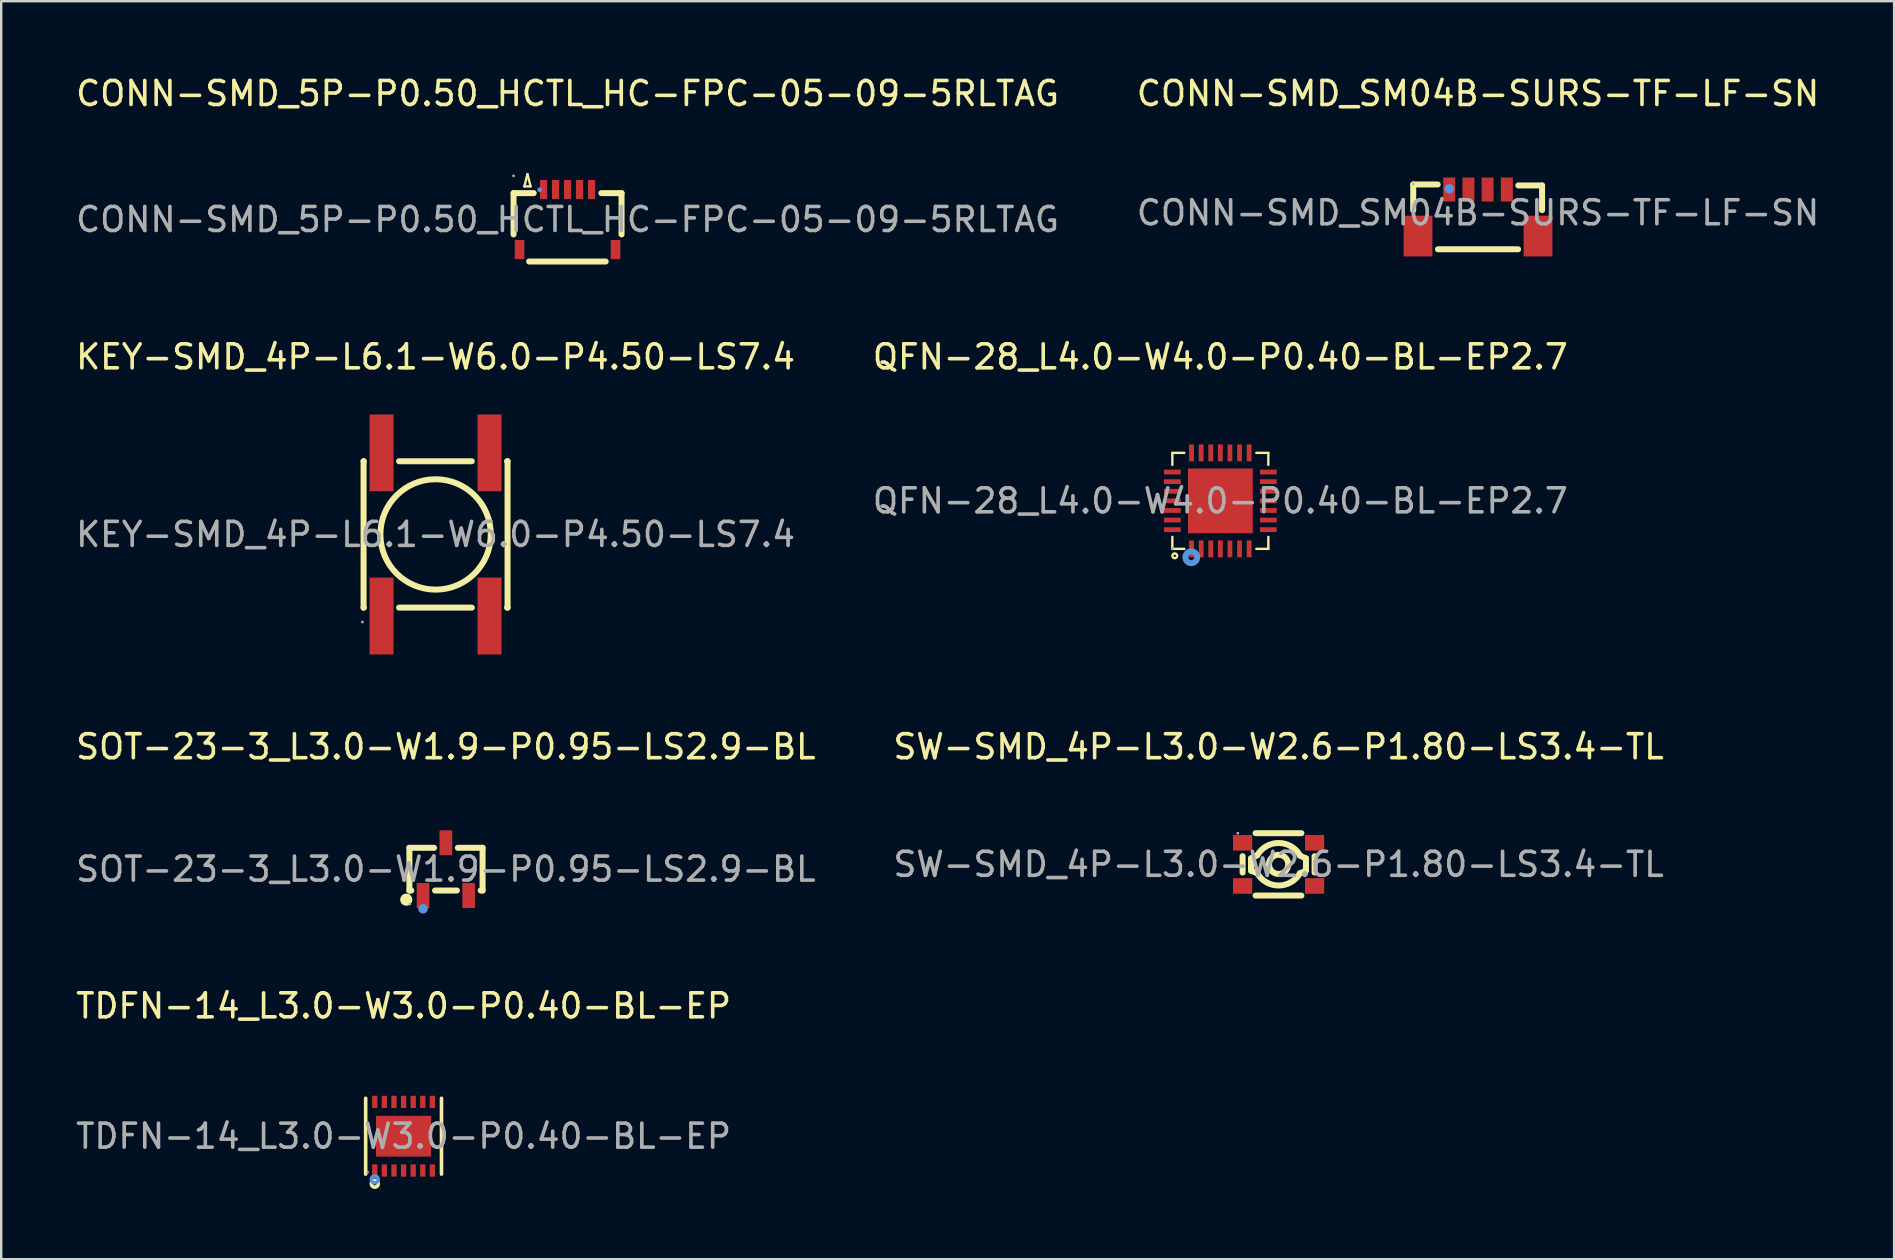
<source format=kicad_pcb>
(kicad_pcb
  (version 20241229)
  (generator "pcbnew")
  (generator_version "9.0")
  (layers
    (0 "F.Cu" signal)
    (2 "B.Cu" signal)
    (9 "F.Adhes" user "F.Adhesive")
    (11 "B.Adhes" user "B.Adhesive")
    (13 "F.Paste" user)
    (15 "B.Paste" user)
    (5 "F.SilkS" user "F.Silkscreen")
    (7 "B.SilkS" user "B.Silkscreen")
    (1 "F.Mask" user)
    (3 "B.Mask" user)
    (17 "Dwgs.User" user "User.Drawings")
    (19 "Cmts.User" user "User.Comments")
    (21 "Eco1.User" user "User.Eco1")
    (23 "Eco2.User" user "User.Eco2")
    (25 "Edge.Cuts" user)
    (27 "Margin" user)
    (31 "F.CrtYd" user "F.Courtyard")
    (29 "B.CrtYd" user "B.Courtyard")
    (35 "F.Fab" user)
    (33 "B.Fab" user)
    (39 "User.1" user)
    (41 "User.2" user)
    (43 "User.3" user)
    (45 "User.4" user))
  (footprint "SW-SMD_4P-L3.0-W2.6-P1.80-LS3.4-TL"
    (layer "F.Cu")
    (at 50.232 32.97)
    (property "Reference" "SW-SMD_4P-L3.0-W2.6-P1.80-LS3.4-TL" (at 0 -4.9 0) (layer "F.SilkS") (effects (font (size 1 1) (thickness 0.15))))
    (attr smd)
    (fp_line (start -1.5 -0.34) (end -1.5 0.34) (stroke (width 0.25) (type solid)) (layer "F.SilkS"))
    (fp_line (start -1.15 -0.25) (end -1.15 0.26) (stroke (width 0.25) (type solid)) (layer "F.SilkS"))
    (fp_line (start -1.15 0.26) (end -0.89 0.37) (stroke (width 0.25) (type solid)) (layer "F.SilkS"))
    (fp_line (start -0.89 -0.38) (end -1.15 -0.25) (stroke (width 0.25) (type solid)) (layer "F.SilkS"))
    (fp_line (start 0.89 0.38) (end 1.14 0.26) (stroke (width 0.25) (type solid)) (layer "F.SilkS"))
    (fp_line (start 0.95 -1.3) (end -0.96 -1.3) (stroke (width 0.25) (type solid)) (layer "F.SilkS"))
    (fp_line (start 0.95 1.3) (end -0.96 1.3) (stroke (width 0.25) (type solid)) (layer "F.SilkS"))
    (fp_line (start 1.14 -0.25) (end 0.89 -0.36) (stroke (width 0.25) (type solid)) (layer "F.SilkS"))
    (fp_line (start 1.14 0.26) (end 1.14 -0.25) (stroke (width 0.25) (type solid)) (layer "F.SilkS"))
    (fp_line (start 1.5 0.34) (end 1.5 -0.34) (stroke (width 0.25) (type solid)) (layer "F.SilkS"))
    (fp_arc (start -0.891384 -0.377623) (mid -0.001375 -0.890775) (end 0.89 -0.38) (stroke (width 0.25) (type solid)) (layer "F.SilkS"))
    (fp_arc (start 0.891384 0.367623) (mid 0.001375 0.880775) (end -0.89 0.37) (stroke (width 0.25) (type solid)) (layer "F.SilkS"))
    (fp_circle (center 0 0) (end 0.4 0) (stroke (width 0.25) (type solid)) (fill no) (layer "F.SilkS"))
    (fp_circle (center -1.7 -1.3) (end -1.67 -1.3) (stroke (width 0.06) (type solid)) (fill no) (layer "F.Fab"))
    (fp_text user "${REFERENCE}" (at 0 0 0) (layer "F.Fab") (effects (font (size 1 1) (thickness 0.15))))
    (pad "1" smd rect (at -1.5 -0.9) (size 0.8 0.65) (layers "F.Cu" "F.Mask" "F.Paste"))
    (pad "2" smd rect (at 1.5 -0.9) (size 0.8 0.65) (layers "F.Cu" "F.Mask" "F.Paste"))
    (pad "3" smd rect (at 1.5 0.9) (size 0.8 0.65) (layers "F.Cu" "F.Mask" "F.Paste"))
    (pad "4" smd rect (at -1.5 0.9) (size 0.8 0.65) (layers "F.Cu" "F.Mask" "F.Paste")))
  (footprint "KEY-SMD_4P-L6.1-W6.0-P4.50-LS7.4"
    (layer "F.Cu")
    (at 15.101 19.221)
    (property "Reference" "KEY-SMD_4P-L6.1-W6.0-P4.50-LS7.4" (at 0 -7.4 0) (layer "F.SilkS") (effects (font (size 1 1) (thickness 0.15))))
    (attr smd)
    (fp_line (start -3 -3.05) (end -2.99 -3.05) (stroke (width 0.25) (type solid)) (layer "F.SilkS"))
    (fp_line (start -3 3.05) (end -3 -3.05) (stroke (width 0.25) (type solid)) (layer "F.SilkS"))
    (fp_line (start -3 3.05) (end -2.99 3.05) (stroke (width 0.25) (type solid)) (layer "F.SilkS"))
    (fp_line (start -1.52 -3.05) (end 1.51 -3.05) (stroke (width 0.25) (type solid)) (layer "F.SilkS"))
    (fp_line (start -1.52 3.05) (end 1.51 3.05) (stroke (width 0.25) (type solid)) (layer "F.SilkS"))
    (fp_line (start 2.98 -3.05) (end 3 -3.05) (stroke (width 0.25) (type solid)) (layer "F.SilkS"))
    (fp_line (start 2.98 3.05) (end 3 3.05) (stroke (width 0.25) (type solid)) (layer "F.SilkS"))
    (fp_line (start 3 3.05) (end 3 -3.05) (stroke (width 0.25) (type solid)) (layer "F.SilkS"))
    (fp_circle (center 0 0) (end 2.3 0) (stroke (width 0.25) (type solid)) (fill no) (layer "F.SilkS"))
    (fp_circle (center -3.05 3.65) (end -3.02 3.65) (stroke (width 0.06) (type solid)) (fill no) (layer "F.Fab"))
    (fp_text user "${REFERENCE}" (at 0 0 0) (layer "F.Fab") (effects (font (size 1 1) (thickness 0.15))))
    (pad "A" smd rect (at -2.25 3.4 180) (size 1 3.2) (layers "F.Cu" "F.Mask" "F.Paste"))
    (pad "A'" smd rect (at -2.25 -3.4 180) (size 1 3.2) (layers "F.Cu" "F.Mask" "F.Paste"))
    (pad "B" smd rect (at 2.25 3.4 180) (size 1 3.2) (layers "F.Cu" "F.Mask" "F.Paste"))
    (pad "B'" smd rect (at 2.25 -3.4 180) (size 1 3.2) (layers "F.Cu" "F.Mask" "F.Paste")))
  (footprint "QFN-28_L4.0-W4.0-P0.40-BL-EP2.7"
    (layer "F.Cu")
    (at 47.804 17.822)
    (property "Reference" "QFN-28_L4.0-W4.0-P0.40-BL-EP2.7" (at 0 -6 0) (layer "F.SilkS") (effects (font (size 1 1) (thickness 0.15))))
    (attr through_hole)
    (fp_line (start -2 -2) (end -1.5 -2) (stroke (width 0.1) (type solid)) (layer "F.SilkS"))
    (fp_line (start -2 -1.5) (end -2 -2) (stroke (width 0.1) (type solid)) (layer "F.SilkS"))
    (fp_line (start -2 2) (end -2 1.5) (stroke (width 0.1) (type solid)) (layer "F.SilkS"))
    (fp_line (start -1.5 2) (end -2 2) (stroke (width 0.1) (type solid)) (layer "F.SilkS"))
    (fp_line (start 1.5 -2) (end 2 -2) (stroke (width 0.1) (type solid)) (layer "F.SilkS"))
    (fp_line (start 2 -2) (end 2 -1.5) (stroke (width 0.1) (type solid)) (layer "F.SilkS"))
    (fp_line (start 2 1.5) (end 2 2) (stroke (width 0.1) (type solid)) (layer "F.SilkS"))
    (fp_line (start 2 2) (end 1.5 2) (stroke (width 0.1) (type solid)) (layer "F.SilkS"))
    (fp_circle (center -1.9 2.29) (end -1.8 2.29) (stroke (width 0.1) (type solid)) (fill no) (layer "F.SilkS"))
    (fp_circle (center -1.21 2.35) (end -1.09 2.35) (stroke (width 0.25) (type solid)) (fill no) (layer "Cmts.User"))
    (fp_circle (center -2 2) (end -1.97 2) (stroke (width 0.06) (type solid)) (fill no) (layer "F.Fab"))
    (fp_text user "${REFERENCE}" (at 0 0 0) (layer "F.Fab") (effects (font (size 1 1) (thickness 0.15))))
    (pad "1" smd rect (at -1.2 2) (size 0.2 0.7) (layers "F.Cu" "F.Mask" "F.Paste"))
    (pad "2" smd rect (at -0.8 2) (size 0.2 0.7) (layers "F.Cu" "F.Mask" "F.Paste"))
    (pad "3" smd rect (at -0.4 2) (size 0.2 0.7) (layers "F.Cu" "F.Mask" "F.Paste"))
    (pad "4" smd rect (at 0 2) (size 0.2 0.7) (layers "F.Cu" "F.Mask" "F.Paste"))
    (pad "5" smd rect (at 0.4 2) (size 0.2 0.7) (layers "F.Cu" "F.Mask" "F.Paste"))
    (pad "6" smd rect (at 0.8 2) (size 0.2 0.7) (layers "F.Cu" "F.Mask" "F.Paste"))
    (pad "7" smd rect (at 1.2 2) (size 0.2 0.7) (layers "F.Cu" "F.Mask" "F.Paste"))
    (pad "8" smd rect (at 2 1.2) (size 0.7 0.2) (layers "F.Cu" "F.Mask" "F.Paste"))
    (pad "9" smd rect (at 2 0.8) (size 0.7 0.2) (layers "F.Cu" "F.Mask" "F.Paste"))
    (pad "10" smd rect (at 2 0.4) (size 0.7 0.2) (layers "F.Cu" "F.Mask" "F.Paste"))
    (pad "11" smd rect (at 2 0) (size 0.7 0.2) (layers "F.Cu" "F.Mask" "F.Paste"))
    (pad "12" smd rect (at 2 -0.4) (size 0.7 0.2) (layers "F.Cu" "F.Mask" "F.Paste"))
    (pad "13" smd rect (at 2 -0.8) (size 0.7 0.2) (layers "F.Cu" "F.Mask" "F.Paste"))
    (pad "14" smd rect (at 2 -1.2) (size 0.7 0.2) (layers "F.Cu" "F.Mask" "F.Paste"))
    (pad "15" smd rect (at 1.2 -2) (size 0.2 0.7) (layers "F.Cu" "F.Mask" "F.Paste"))
    (pad "16" smd rect (at 0.8 -2) (size 0.2 0.7) (layers "F.Cu" "F.Mask" "F.Paste"))
    (pad "17" smd rect (at 0.4 -2) (size 0.2 0.7) (layers "F.Cu" "F.Mask" "F.Paste"))
    (pad "18" smd rect (at 0 -2) (size 0.2 0.7) (layers "F.Cu" "F.Mask" "F.Paste"))
    (pad "19" smd rect (at -0.4 -2) (size 0.2 0.7) (layers "F.Cu" "F.Mask" "F.Paste"))
    (pad "20" smd rect (at -0.8 -2) (size 0.2 0.7) (layers "F.Cu" "F.Mask" "F.Paste"))
    (pad "21" smd rect (at -1.2 -2) (size 0.2 0.7) (layers "F.Cu" "F.Mask" "F.Paste"))
    (pad "22" smd rect (at -2 -1.2) (size 0.7 0.2) (layers "F.Cu" "F.Mask" "F.Paste"))
    (pad "23" smd rect (at -2 -0.8) (size 0.7 0.2) (layers "F.Cu" "F.Mask" "F.Paste"))
    (pad "24" smd rect (at -2 -0.4) (size 0.7 0.2) (layers "F.Cu" "F.Mask" "F.Paste"))
    (pad "25" smd rect (at -2 0) (size 0.7 0.2) (layers "F.Cu" "F.Mask" "F.Paste"))
    (pad "26" smd rect (at -2 0.4) (size 0.7 0.2) (layers "F.Cu" "F.Mask" "F.Paste"))
    (pad "27" smd rect (at -2 0.8) (size 0.7 0.2) (layers "F.Cu" "F.Mask" "F.Paste"))
    (pad "28" smd rect (at -2 1.2) (size 0.7 0.2) (layers "F.Cu" "F.Mask" "F.Paste"))
    (pad "29" smd rect (at 0 0) (size 2.7 2.7) (layers "F.Cu" "F.Mask" "F.Paste")))
  (footprint "CONN-SMD_5P-P0.50_HCTL_HC-FPC-05-09-5RLTAG"
    (layer "F.Cu")
    (at 20.601 6.098)
    (property "Reference" "CONN-SMD_5P-P0.50_HCTL_HC-FPC-05-09-5RLTAG" (at 0 -5.25 0) (layer "F.SilkS") (effects (font (size 1 1) (thickness 0.15))))
    (attr smd)
    (fp_line (start -2.25 -1.1) (end -2.25 0.62) (stroke (width 0.25) (type solid)) (layer "F.SilkS"))
    (fp_line (start -1.8 -1.38) (end -1.54 -1.38) (stroke (width 0.1) (type solid)) (layer "F.SilkS"))
    (fp_line (start -1.67 -1.89) (end -1.8 -1.38) (stroke (width 0.1) (type solid)) (layer "F.SilkS"))
    (fp_line (start -1.6 1.75) (end 1.59 1.75) (stroke (width 0.25) (type solid)) (layer "F.SilkS"))
    (fp_line (start -1.54 -1.38) (end -1.67 -1.89) (stroke (width 0.1) (type solid)) (layer "F.SilkS"))
    (fp_line (start -1.41 -1.1) (end -2.25 -1.1) (stroke (width 0.25) (type solid)) (layer "F.SilkS"))
    (fp_line (start 1.41 -1.1) (end 2.25 -1.1) (stroke (width 0.25) (type solid)) (layer "F.SilkS"))
    (fp_line (start 2.25 -1.1) (end 2.25 0.62) (stroke (width 0.25) (type solid)) (layer "F.SilkS"))
    (fp_circle (center -1.16 -1.24) (end -1.11 -1.24) (stroke (width 0.1) (type solid)) (fill no) (layer "Cmts.User"))
    (fp_circle (center -2.25 -1.82) (end -2.22 -1.82) (stroke (width 0.06) (type solid)) (fill no) (layer "F.Fab"))
    (fp_text user "${REFERENCE}" (at 0 0 0) (layer "F.Fab") (effects (font (size 1 1) (thickness 0.15))))
    (pad "1" smd rect (at -1 -1.25) (size 0.3 0.8) (layers "F.Cu" "F.Mask" "F.Paste"))
    (pad "2" smd rect (at -0.5 -1.25) (size 0.3 0.8) (layers "F.Cu" "F.Mask" "F.Paste"))
    (pad "3" smd rect (at 0 -1.25) (size 0.3 0.8) (layers "F.Cu" "F.Mask" "F.Paste"))
    (pad "4" smd rect (at 0.5 -1.25) (size 0.3 0.8) (layers "F.Cu" "F.Mask" "F.Paste"))
    (pad "5" smd rect (at 1 -1.25) (size 0.3 0.8) (layers "F.Cu" "F.Mask" "F.Paste"))
    (pad "6" smd rect (at 2 1.25) (size 0.4 0.8) (layers "F.Cu" "F.Mask" "F.Paste"))
    (pad "7" smd rect (at -2 1.25) (size 0.4 0.8) (layers "F.Cu" "F.Mask" "F.Paste")))
  (footprint "CONN-SMD_SM04B-SURS-TF-LF-SN"
    (layer "F.Cu")
    (at 58.542 5.818)
    (property "Reference" "CONN-SMD_SM04B-SURS-TF-LF-SN" (at 0 -4.97 0) (layer "F.SilkS") (effects (font (size 1 1) (thickness 0.15))))
    (attr smd)
    (fp_line (start -2.7 -1.18) (end -2.7 -0.11) (stroke (width 0.25) (type solid)) (layer "F.SilkS"))
    (fp_line (start -2.7 -1.18) (end -1.68 -1.18) (stroke (width 0.25) (type solid)) (layer "F.SilkS"))
    (fp_line (start -1.67 1.52) (end 1.67 1.52) (stroke (width 0.25) (type solid)) (layer "F.SilkS"))
    (fp_line (start 2.67 -1.14) (end 1.68 -1.14) (stroke (width 0.25) (type solid)) (layer "F.SilkS"))
    (fp_line (start 2.67 -0.11) (end 2.67 -1.14) (stroke (width 0.25) (type solid)) (layer "F.SilkS"))
    (fp_circle (center -1.2 -1) (end -1.1 -1) (stroke (width 0.2) (type solid)) (fill no) (layer "Cmts.User"))
    (fp_circle (center -2.7 -1.2) (end -2.67 -1.2) (stroke (width 0.06) (type solid)) (fill no) (layer "F.Fab"))
    (fp_text user "${REFERENCE}" (at 0 0 0) (layer "F.Fab") (effects (font (size 1 1) (thickness 0.15))))
    (pad "1" smd rect (at -1.2 -0.97) (size 0.5 1) (layers "F.Cu" "F.Mask" "F.Paste"))
    (pad "2" smd rect (at -0.4 -0.97) (size 0.5 1) (layers "F.Cu" "F.Mask" "F.Paste"))
    (pad "3" smd rect (at 0.4 -0.97) (size 0.5 1) (layers "F.Cu" "F.Mask" "F.Paste"))
    (pad "4" smd rect (at 1.2 -0.97) (size 0.5 1) (layers "F.Cu" "F.Mask" "F.Paste"))
    (pad "5" smd rect (at 2.5 0.97) (size 1.2 1.7) (layers "F.Cu" "F.Mask" "F.Paste"))
    (pad "6" smd rect (at -2.5 0.97) (size 1.2 1.7) (layers "F.Cu" "F.Mask" "F.Paste")))
  (footprint "SOT-23-3_L3.0-W1.9-P0.95-LS2.9-BL"
    (layer "F.Cu")
    (at 15.53 33.17)
    (property "Reference" "SOT-23-3_L3.0-W1.9-P0.95-LS2.9-BL" (at 0 -5.1 0) (layer "F.SilkS") (effects (font (size 1 1) (thickness 0.15))))
    (attr smd)
    (fp_line (start -1.52 -0.89) (end -0.49 -0.89) (stroke (width 0.25) (type solid)) (layer "F.SilkS"))
    (fp_line (start -1.52 0.89) (end -1.52 -0.89) (stroke (width 0.25) (type solid)) (layer "F.SilkS"))
    (fp_line (start -1.44 0.89) (end -1.52 0.89) (stroke (width 0.25) (type solid)) (layer "F.SilkS"))
    (fp_line (start 0.46 0.89) (end -0.45 0.89) (stroke (width 0.25) (type solid)) (layer "F.SilkS"))
    (fp_line (start 0.5 -0.89) (end 1.53 -0.89) (stroke (width 0.25) (type solid)) (layer "F.SilkS"))
    (fp_line (start 1.53 -0.89) (end 1.53 0.89) (stroke (width 0.25) (type solid)) (layer "F.SilkS"))
    (fp_line (start 1.53 0.89) (end 1.45 0.89) (stroke (width 0.25) (type solid)) (layer "F.SilkS"))
    (fp_circle (center -1.65 1.27) (end -1.52 1.27) (stroke (width 0.25) (type solid)) (fill no) (layer "F.SilkS"))
    (fp_circle (center -0.95 1.65) (end -0.85 1.65) (stroke (width 0.2) (type solid)) (fill no) (layer "Cmts.User"))
    (fp_circle (center -1.5 1.45) (end -1.47 1.45) (stroke (width 0.06) (type solid)) (fill no) (layer "F.Fab"))
    (fp_text user "${REFERENCE}" (at 0 0 0) (layer "F.Fab") (effects (font (size 1 1) (thickness 0.15))))
    (pad "1" smd rect (at -0.95 1.1 270) (size 1.04 0.53) (layers "F.Cu" "F.Mask" "F.Paste"))
    (pad "2" smd rect (at 0.95 1.1 270) (size 1.04 0.53) (layers "F.Cu" "F.Mask" "F.Paste"))
    (pad "3" smd rect (at 0 -1.1 270) (size 1.04 0.53) (layers "F.Cu" "F.Mask" "F.Paste")))
  (footprint "TDFN-14_L3.0-W3.0-P0.40-BL-EP"
    (layer "F.Cu")
    (at 13.768 44.298)
    (property "Reference" "TDFN-14_L3.0-W3.0-P0.40-BL-EP" (at 0 -5.43 0) (layer "F.SilkS") (effects (font (size 1 1) (thickness 0.15))))
    (attr smd)
    (fp_line (start -1.58 1.58) (end -1.58 -1.58) (stroke (width 0.15) (type solid)) (layer "F.SilkS"))
    (fp_line (start 1.58 1.58) (end 1.58 -1.58) (stroke (width 0.15) (type solid)) (layer "F.SilkS"))
    (fp_circle (center -1.2 1.98) (end -1.13 1.98) (stroke (width 0.15) (type solid)) (fill no) (layer "F.SilkS"))
    (fp_circle (center -1.2 1.8) (end -1.13 1.8) (stroke (width 0.15) (type solid)) (fill no) (layer "Cmts.User"))
    (fp_circle (center -1.5 1.5) (end -1.47 1.5) (stroke (width 0.06) (type solid)) (fill no) (layer "F.Fab"))
    (fp_text user "${REFERENCE}" (at 0 0 0) (layer "F.Fab") (effects (font (size 1 1) (thickness 0.15))))
    (pad "1" smd rect (at -1.2 1.43) (size 0.22 0.51) (layers "F.Cu" "F.Mask" "F.Paste"))
    (pad "2" smd rect (at -0.8 1.43) (size 0.22 0.51) (layers "F.Cu" "F.Mask" "F.Paste"))
    (pad "3" smd rect (at -0.4 1.43) (size 0.22 0.51) (layers "F.Cu" "F.Mask" "F.Paste"))
    (pad "4" smd rect (at 0 1.43) (size 0.22 0.51) (layers "F.Cu" "F.Mask" "F.Paste"))
    (pad "5" smd rect (at 0.4 1.43) (size 0.22 0.51) (layers "F.Cu" "F.Mask" "F.Paste"))
    (pad "6" smd rect (at 0.8 1.43) (size 0.22 0.51) (layers "F.Cu" "F.Mask" "F.Paste"))
    (pad "7" smd rect (at 1.2 1.43) (size 0.22 0.51) (layers "F.Cu" "F.Mask" "F.Paste"))
    (pad "8" smd rect (at 1.2 -1.43) (size 0.22 0.51) (layers "F.Cu" "F.Mask" "F.Paste"))
    (pad "9" smd rect (at 0.8 -1.43) (size 0.22 0.51) (layers "F.Cu" "F.Mask" "F.Paste"))
    (pad "10" smd rect (at 0.4 -1.43) (size 0.22 0.51) (layers "F.Cu" "F.Mask" "F.Paste"))
    (pad "11" smd rect (at 0 -1.43) (size 0.22 0.51) (layers "F.Cu" "F.Mask" "F.Paste"))
    (pad "12" smd rect (at -0.4 -1.43) (size 0.22 0.51) (layers "F.Cu" "F.Mask" "F.Paste"))
    (pad "13" smd rect (at -0.8 -1.43) (size 0.22 0.51) (layers "F.Cu" "F.Mask" "F.Paste"))
    (pad "14" smd rect (at -1.2 -1.43) (size 0.22 0.51) (layers "F.Cu" "F.Mask" "F.Paste"))
    (pad "15" smd rect (at 0 0) (size 2.3 1.7) (layers "F.Cu" "F.Mask" "F.Paste")))
  (gr_rect
    (start -3 -3)
    (end 75.881 49.423)
    (stroke (width 0.1) (type default))
    (fill no)
    (layer "Edge.Cuts")))
</source>
